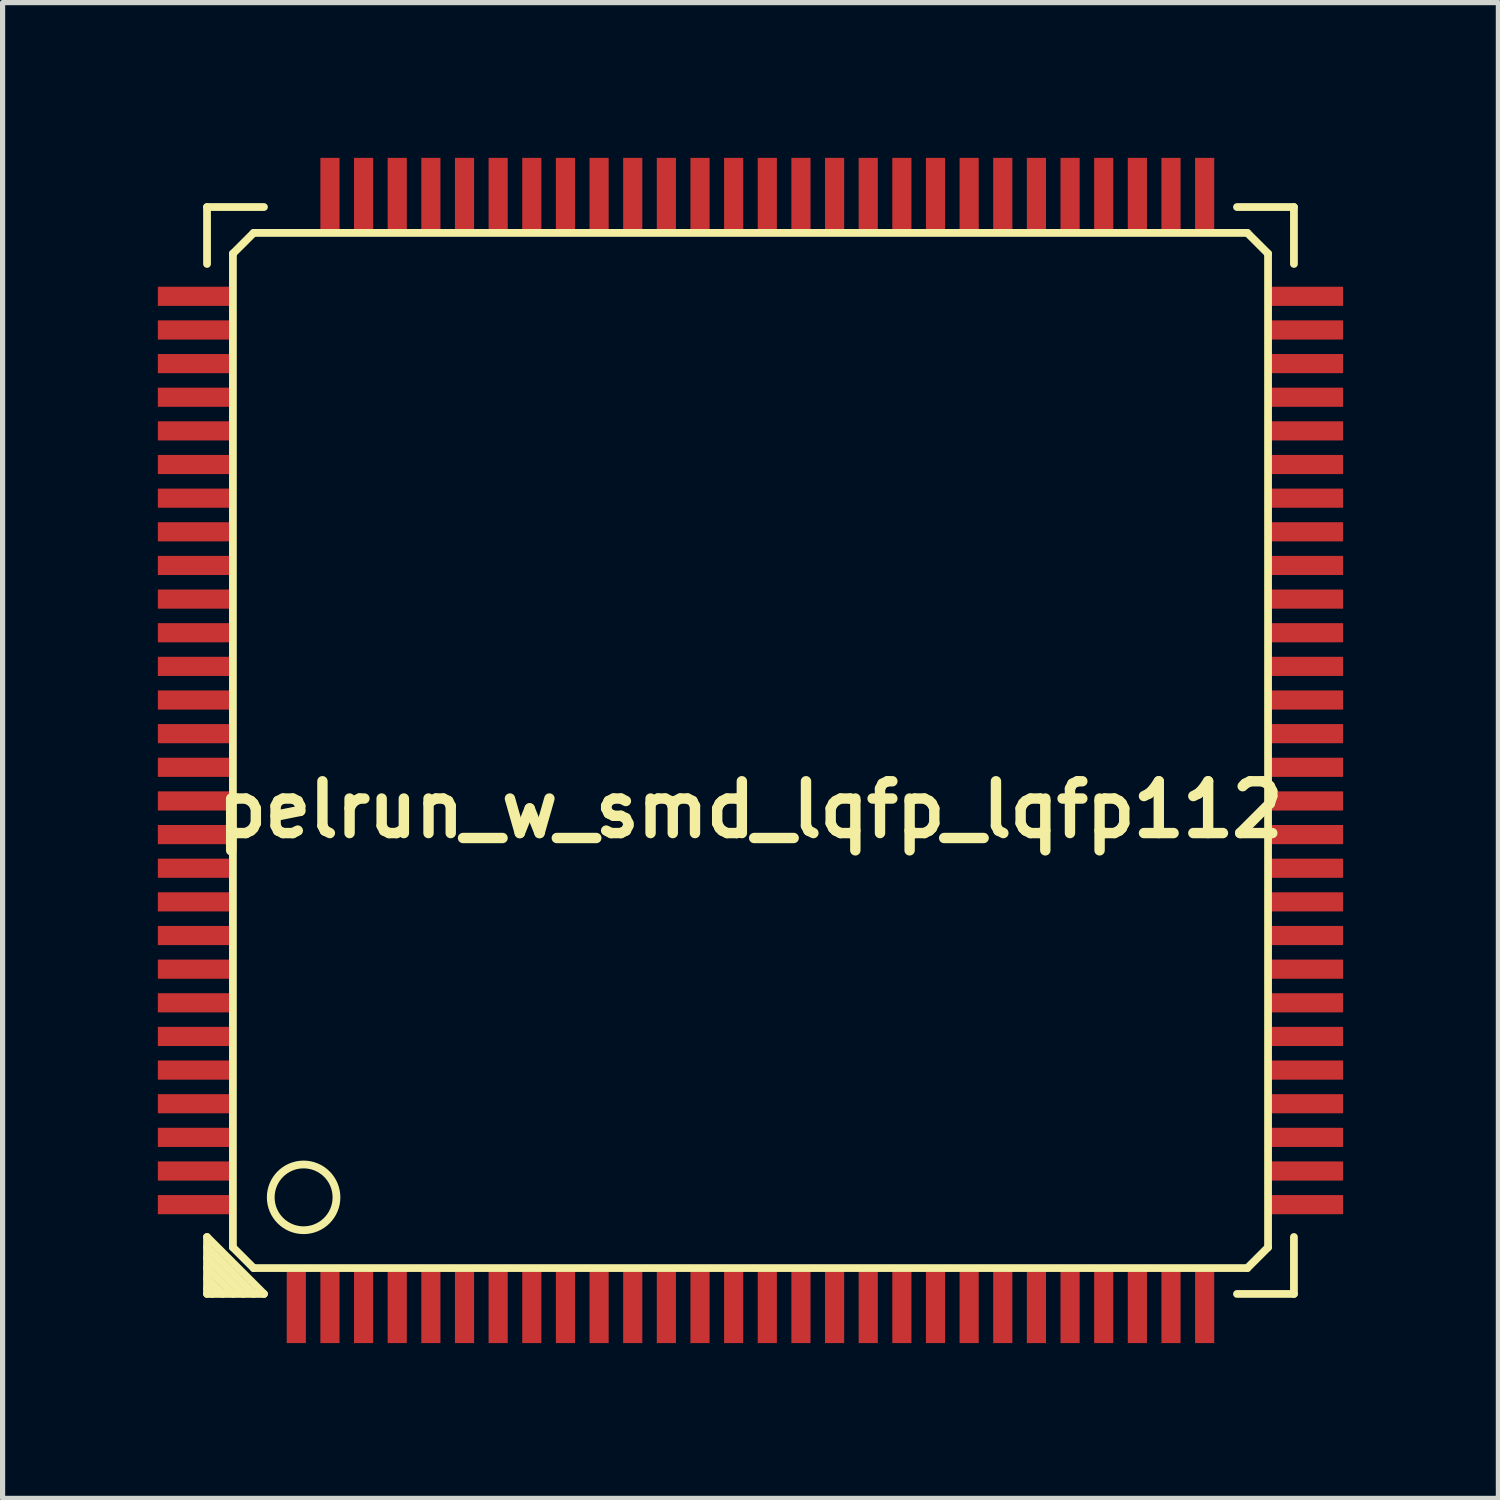
<source format=kicad_pcb>
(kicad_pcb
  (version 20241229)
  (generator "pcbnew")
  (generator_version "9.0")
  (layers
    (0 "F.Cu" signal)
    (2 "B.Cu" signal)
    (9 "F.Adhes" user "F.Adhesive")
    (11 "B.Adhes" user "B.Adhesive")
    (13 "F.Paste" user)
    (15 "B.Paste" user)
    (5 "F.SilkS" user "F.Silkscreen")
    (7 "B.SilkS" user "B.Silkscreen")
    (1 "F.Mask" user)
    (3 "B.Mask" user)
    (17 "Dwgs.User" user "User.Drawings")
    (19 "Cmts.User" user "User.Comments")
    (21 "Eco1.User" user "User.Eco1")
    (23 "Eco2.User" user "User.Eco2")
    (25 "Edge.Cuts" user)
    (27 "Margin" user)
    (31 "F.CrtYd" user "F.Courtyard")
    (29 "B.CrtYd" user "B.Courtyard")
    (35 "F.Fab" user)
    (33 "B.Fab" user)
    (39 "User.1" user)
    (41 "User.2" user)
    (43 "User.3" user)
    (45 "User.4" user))
  (footprint "pelrun_w_smd_lqfp_lqfp112"
    (layer "F.Cu")
    (at 11.45 11.45)
    (property "Reference" "pelrun_w_smd_lqfp_lqfp112" (at 0 1.143 0) (layer "F.SilkS") (effects (font (size 1.001 1.001) (thickness 0.201))))
    (attr through_hole)
    (fp_line (start -10.5 -10.5) (end -9.4 -10.5) (stroke (width 0.15) (type solid)) (layer "F.SilkS"))
    (fp_line (start -10.5 -9.4) (end -10.5 -10.5) (stroke (width 0.15) (type solid)) (layer "F.SilkS"))
    (fp_line (start -10.5 9.4) (end -10.5 10.5) (stroke (width 0.15) (type solid)) (layer "F.SilkS"))
    (fp_line (start -10.5 9.601) (end -9.601 10.5) (stroke (width 0.15) (type solid)) (layer "F.SilkS"))
    (fp_line (start -10.5 9.999) (end -9.999 10.5) (stroke (width 0.15) (type solid)) (layer "F.SilkS"))
    (fp_line (start -10.5 10.401) (end -10.401 10.5) (stroke (width 0.15) (type solid)) (layer "F.SilkS"))
    (fp_line (start -10.5 10.5) (end -9.4 10.5) (stroke (width 0.15) (type solid)) (layer "F.SilkS"))
    (fp_line (start -10.2 10.5) (end -10.5 10.2) (stroke (width 0.15) (type solid)) (layer "F.SilkS"))
    (fp_line (start -10 -9.6) (end -10 9.6) (stroke (width 0.15) (type solid)) (layer "F.SilkS"))
    (fp_line (start -10 9.6) (end -9.6 10) (stroke (width 0.15) (type solid)) (layer "F.SilkS"))
    (fp_line (start -9.801 10.5) (end -10.5 9.801) (stroke (width 0.15) (type solid)) (layer "F.SilkS"))
    (fp_line (start -9.6 -10) (end -10 -9.6) (stroke (width 0.15) (type solid)) (layer "F.SilkS"))
    (fp_line (start -9.6 10) (end 9.6 10) (stroke (width 0.15) (type solid)) (layer "F.SilkS"))
    (fp_line (start -9.4 10.5) (end -10.5 9.4) (stroke (width 0.15) (type solid)) (layer "F.SilkS"))
    (fp_line (start 9.4 10.5) (end 10.5 10.5) (stroke (width 0.15) (type solid)) (layer "F.SilkS"))
    (fp_line (start 9.6 -10) (end -9.6 -10) (stroke (width 0.15) (type solid)) (layer "F.SilkS"))
    (fp_line (start 9.6 10) (end 10 9.6) (stroke (width 0.15) (type solid)) (layer "F.SilkS"))
    (fp_line (start 10 -9.6) (end 9.6 -10) (stroke (width 0.15) (type solid)) (layer "F.SilkS"))
    (fp_line (start 10 9.6) (end 10 -9.6) (stroke (width 0.15) (type solid)) (layer "F.SilkS"))
    (fp_line (start 10.5 -10.5) (end 9.4 -10.5) (stroke (width 0.15) (type solid)) (layer "F.SilkS"))
    (fp_line (start 10.5 -10.5) (end 10.5 -9.4) (stroke (width 0.15) (type solid)) (layer "F.SilkS"))
    (fp_line (start 10.5 10.5) (end 10.5 9.4) (stroke (width 0.15) (type solid)) (layer "F.SilkS"))
    (fp_circle (center -8.634 8.634) (end -9.015 9.142) (stroke (width 0.15) (type solid)) (fill no) (layer "F.SilkS"))
    (pad "1" smd rect (at -8.775 10.7) (size 0.37 1.5) (layers "F.Cu" "F.Mask" "F.Paste"))
    (pad "2" smd rect (at -8.125 10.7) (size 0.37 1.5) (layers "F.Cu" "F.Mask" "F.Paste"))
    (pad "3" smd rect (at -7.475 10.7) (size 0.37 1.5) (layers "F.Cu" "F.Mask" "F.Paste"))
    (pad "4" smd rect (at -6.825 10.7) (size 0.37 1.5) (layers "F.Cu" "F.Mask" "F.Paste"))
    (pad "5" smd rect (at -6.175 10.7) (size 0.37 1.5) (layers "F.Cu" "F.Mask" "F.Paste"))
    (pad "6" smd rect (at -5.525 10.7) (size 0.37 1.5) (layers "F.Cu" "F.Mask" "F.Paste"))
    (pad "7" smd rect (at -4.875 10.7) (size 0.37 1.5) (layers "F.Cu" "F.Mask" "F.Paste"))
    (pad "8" smd rect (at -4.225 10.7) (size 0.37 1.5) (layers "F.Cu" "F.Mask" "F.Paste"))
    (pad "9" smd rect (at -3.575 10.7) (size 0.37 1.5) (layers "F.Cu" "F.Mask" "F.Paste"))
    (pad "10" smd rect (at -2.925 10.7) (size 0.37 1.5) (layers "F.Cu" "F.Mask" "F.Paste"))
    (pad "11" smd rect (at -2.275 10.7) (size 0.37 1.5) (layers "F.Cu" "F.Mask" "F.Paste"))
    (pad "12" smd rect (at -1.625 10.7) (size 0.37 1.5) (layers "F.Cu" "F.Mask" "F.Paste"))
    (pad "13" smd rect (at -0.975 10.7) (size 0.37 1.5) (layers "F.Cu" "F.Mask" "F.Paste"))
    (pad "14" smd rect (at -0.325 10.7) (size 0.37 1.5) (layers "F.Cu" "F.Mask" "F.Paste"))
    (pad "15" smd rect (at 0.325 10.7) (size 0.37 1.5) (layers "F.Cu" "F.Mask" "F.Paste"))
    (pad "16" smd rect (at 0.975 10.7) (size 0.37 1.5) (layers "F.Cu" "F.Mask" "F.Paste"))
    (pad "17" smd rect (at 1.625 10.7) (size 0.37 1.5) (layers "F.Cu" "F.Mask" "F.Paste"))
    (pad "18" smd rect (at 2.275 10.7) (size 0.37 1.5) (layers "F.Cu" "F.Mask" "F.Paste"))
    (pad "19" smd rect (at 2.925 10.7) (size 0.37 1.5) (layers "F.Cu" "F.Mask" "F.Paste"))
    (pad "20" smd rect (at 3.575 10.7) (size 0.37 1.5) (layers "F.Cu" "F.Mask" "F.Paste"))
    (pad "21" smd rect (at 4.225 10.7) (size 0.37 1.5) (layers "F.Cu" "F.Mask" "F.Paste"))
    (pad "22" smd rect (at 4.875 10.7) (size 0.37 1.5) (layers "F.Cu" "F.Mask" "F.Paste"))
    (pad "23" smd rect (at 5.525 10.7) (size 0.37 1.5) (layers "F.Cu" "F.Mask" "F.Paste"))
    (pad "24" smd rect (at 6.175 10.7) (size 0.37 1.5) (layers "F.Cu" "F.Mask" "F.Paste"))
    (pad "25" smd rect (at 6.825 10.7) (size 0.37 1.5) (layers "F.Cu" "F.Mask" "F.Paste"))
    (pad "26" smd rect (at 7.475 10.7) (size 0.37 1.5) (layers "F.Cu" "F.Mask" "F.Paste"))
    (pad "27" smd rect (at 8.125 10.7) (size 0.37 1.5) (layers "F.Cu" "F.Mask" "F.Paste"))
    (pad "28" smd rect (at 8.775 10.7) (size 0.37 1.5) (layers "F.Cu" "F.Mask" "F.Paste"))
    (pad "29" smd rect (at 10.7 8.775) (size 1.5 0.37) (layers "F.Cu" "F.Mask" "F.Paste"))
    (pad "30" smd rect (at 10.7 8.125) (size 1.5 0.37) (layers "F.Cu" "F.Mask" "F.Paste"))
    (pad "31" smd rect (at 10.7 7.475) (size 1.5 0.37) (layers "F.Cu" "F.Mask" "F.Paste"))
    (pad "32" smd rect (at 10.7 6.825) (size 1.5 0.37) (layers "F.Cu" "F.Mask" "F.Paste"))
    (pad "33" smd rect (at 10.7 6.175) (size 1.5 0.37) (layers "F.Cu" "F.Mask" "F.Paste"))
    (pad "34" smd rect (at 10.7 5.525) (size 1.5 0.37) (layers "F.Cu" "F.Mask" "F.Paste"))
    (pad "35" smd rect (at 10.7 4.875) (size 1.5 0.37) (layers "F.Cu" "F.Mask" "F.Paste"))
    (pad "36" smd rect (at 10.7 4.225) (size 1.5 0.37) (layers "F.Cu" "F.Mask" "F.Paste"))
    (pad "37" smd rect (at 10.7 3.575) (size 1.5 0.37) (layers "F.Cu" "F.Mask" "F.Paste"))
    (pad "38" smd rect (at 10.7 2.925) (size 1.5 0.37) (layers "F.Cu" "F.Mask" "F.Paste"))
    (pad "39" smd rect (at 10.7 2.275) (size 1.5 0.37) (layers "F.Cu" "F.Mask" "F.Paste"))
    (pad "40" smd rect (at 10.7 1.625) (size 1.5 0.37) (layers "F.Cu" "F.Mask" "F.Paste"))
    (pad "41" smd rect (at 10.7 0.975) (size 1.5 0.37) (layers "F.Cu" "F.Mask" "F.Paste"))
    (pad "42" smd rect (at 10.7 0.325) (size 1.5 0.37) (layers "F.Cu" "F.Mask" "F.Paste"))
    (pad "43" smd rect (at 10.7 -0.325) (size 1.5 0.37) (layers "F.Cu" "F.Mask" "F.Paste"))
    (pad "44" smd rect (at 10.7 -0.975) (size 1.5 0.37) (layers "F.Cu" "F.Mask" "F.Paste"))
    (pad "45" smd rect (at 10.7 -1.625) (size 1.5 0.37) (layers "F.Cu" "F.Mask" "F.Paste"))
    (pad "46" smd rect (at 10.7 -2.275) (size 1.5 0.37) (layers "F.Cu" "F.Mask" "F.Paste"))
    (pad "47" smd rect (at 10.7 -2.925) (size 1.5 0.37) (layers "F.Cu" "F.Mask" "F.Paste"))
    (pad "48" smd rect (at 10.7 -3.575) (size 1.5 0.37) (layers "F.Cu" "F.Mask" "F.Paste"))
    (pad "49" smd rect (at 10.7 -4.225) (size 1.5 0.37) (layers "F.Cu" "F.Mask" "F.Paste"))
    (pad "50" smd rect (at 10.7 -4.875) (size 1.5 0.37) (layers "F.Cu" "F.Mask" "F.Paste"))
    (pad "51" smd rect (at 10.7 -5.525) (size 1.5 0.37) (layers "F.Cu" "F.Mask" "F.Paste"))
    (pad "52" smd rect (at 10.7 -6.175) (size 1.5 0.37) (layers "F.Cu" "F.Mask" "F.Paste"))
    (pad "53" smd rect (at 10.7 -6.825) (size 1.5 0.37) (layers "F.Cu" "F.Mask" "F.Paste"))
    (pad "54" smd rect (at 10.7 -7.475) (size 1.5 0.37) (layers "F.Cu" "F.Mask" "F.Paste"))
    (pad "55" smd rect (at 10.7 -8.125) (size 1.5 0.37) (layers "F.Cu" "F.Mask" "F.Paste"))
    (pad "56" smd rect (at 10.7 -8.775) (size 1.5 0.37) (layers "F.Cu" "F.Mask" "F.Paste"))
    (pad "57" smd rect (at 8.775 -10.7) (size 0.37 1.5) (layers "F.Cu" "F.Mask" "F.Paste"))
    (pad "58" smd rect (at 8.125 -10.7) (size 0.37 1.5) (layers "F.Cu" "F.Mask" "F.Paste"))
    (pad "59" smd rect (at 7.475 -10.7) (size 0.37 1.5) (layers "F.Cu" "F.Mask" "F.Paste"))
    (pad "60" smd rect (at 6.825 -10.7) (size 0.37 1.5) (layers "F.Cu" "F.Mask" "F.Paste"))
    (pad "61" smd rect (at 6.175 -10.7) (size 0.37 1.5) (layers "F.Cu" "F.Mask" "F.Paste"))
    (pad "62" smd rect (at 5.525 -10.7) (size 0.37 1.5) (layers "F.Cu" "F.Mask" "F.Paste"))
    (pad "63" smd rect (at 4.875 -10.7) (size 0.37 1.5) (layers "F.Cu" "F.Mask" "F.Paste"))
    (pad "64" smd rect (at 4.225 -10.7) (size 0.37 1.5) (layers "F.Cu" "F.Mask" "F.Paste"))
    (pad "65" smd rect (at 3.575 -10.7) (size 0.37 1.5) (layers "F.Cu" "F.Mask" "F.Paste"))
    (pad "66" smd rect (at 2.925 -10.7) (size 0.37 1.5) (layers "F.Cu" "F.Mask" "F.Paste"))
    (pad "67" smd rect (at 2.275 -10.7) (size 0.37 1.5) (layers "F.Cu" "F.Mask" "F.Paste"))
    (pad "68" smd rect (at 1.625 -10.7) (size 0.37 1.5) (layers "F.Cu" "F.Mask" "F.Paste"))
    (pad "69" smd rect (at 0.975 -10.7) (size 0.37 1.5) (layers "F.Cu" "F.Mask" "F.Paste"))
    (pad "70" smd rect (at 0.325 -10.7) (size 0.37 1.5) (layers "F.Cu" "F.Mask" "F.Paste"))
    (pad "71" smd rect (at -0.325 -10.7) (size 0.37 1.5) (layers "F.Cu" "F.Mask" "F.Paste"))
    (pad "72" smd rect (at -0.975 -10.7) (size 0.37 1.5) (layers "F.Cu" "F.Mask" "F.Paste"))
    (pad "73" smd rect (at -1.625 -10.7) (size 0.37 1.5) (layers "F.Cu" "F.Mask" "F.Paste"))
    (pad "74" smd rect (at -2.275 -10.7) (size 0.37 1.5) (layers "F.Cu" "F.Mask" "F.Paste"))
    (pad "75" smd rect (at -2.925 -10.7) (size 0.37 1.5) (layers "F.Cu" "F.Mask" "F.Paste"))
    (pad "76" smd rect (at -3.575 -10.7) (size 0.37 1.5) (layers "F.Cu" "F.Mask" "F.Paste"))
    (pad "77" smd rect (at -4.225 -10.7) (size 0.37 1.5) (layers "F.Cu" "F.Mask" "F.Paste"))
    (pad "78" smd rect (at -4.875 -10.7) (size 0.37 1.5) (layers "F.Cu" "F.Mask" "F.Paste"))
    (pad "79" smd rect (at -5.525 -10.7) (size 0.37 1.5) (layers "F.Cu" "F.Mask" "F.Paste"))
    (pad "80" smd rect (at -6.175 -10.7) (size 0.37 1.5) (layers "F.Cu" "F.Mask" "F.Paste"))
    (pad "81" smd rect (at -6.825 -10.7) (size 0.37 1.5) (layers "F.Cu" "F.Mask" "F.Paste"))
    (pad "82" smd rect (at -7.475 -10.7) (size 0.37 1.5) (layers "F.Cu" "F.Mask" "F.Paste"))
    (pad "83" smd rect (at -8.125 -10.7) (size 0.37 1.5) (layers "F.Cu" "F.Mask" "F.Paste"))
    (pad "85" smd rect (at -10.7 -8.775) (size 1.5 0.37) (layers "F.Cu" "F.Mask" "F.Paste"))
    (pad "86" smd rect (at -10.7 -8.125) (size 1.5 0.37) (layers "F.Cu" "F.Mask" "F.Paste"))
    (pad "87" smd rect (at -10.7 -7.475) (size 1.5 0.37) (layers "F.Cu" "F.Mask" "F.Paste"))
    (pad "88" smd rect (at -10.7 -6.825) (size 1.5 0.37) (layers "F.Cu" "F.Mask" "F.Paste"))
    (pad "89" smd rect (at -10.7 -6.175) (size 1.5 0.37) (layers "F.Cu" "F.Mask" "F.Paste"))
    (pad "90" smd rect (at -10.7 -5.525) (size 1.5 0.37) (layers "F.Cu" "F.Mask" "F.Paste"))
    (pad "91" smd rect (at -10.7 -4.875) (size 1.5 0.37) (layers "F.Cu" "F.Mask" "F.Paste"))
    (pad "92" smd rect (at -10.7 -4.225) (size 1.5 0.37) (layers "F.Cu" "F.Mask" "F.Paste"))
    (pad "93" smd rect (at -10.7 -3.575) (size 1.5 0.37) (layers "F.Cu" "F.Mask" "F.Paste"))
    (pad "94" smd rect (at -10.7 -2.925) (size 1.5 0.37) (layers "F.Cu" "F.Mask" "F.Paste"))
    (pad "95" smd rect (at -10.7 -2.275) (size 1.5 0.37) (layers "F.Cu" "F.Mask" "F.Paste"))
    (pad "96" smd rect (at -10.7 -1.625) (size 1.5 0.37) (layers "F.Cu" "F.Mask" "F.Paste"))
    (pad "97" smd rect (at -10.7 -0.975) (size 1.5 0.37) (layers "F.Cu" "F.Mask" "F.Paste"))
    (pad "98" smd rect (at -10.7 -0.325) (size 1.5 0.37) (layers "F.Cu" "F.Mask" "F.Paste"))
    (pad "99" smd rect (at -10.7 0.325) (size 1.5 0.37) (layers "F.Cu" "F.Mask" "F.Paste"))
    (pad "100" smd rect (at -10.7 0.975) (size 1.5 0.37) (layers "F.Cu" "F.Mask" "F.Paste"))
    (pad "101" smd rect (at -10.7 1.625) (size 1.5 0.37) (layers "F.Cu" "F.Mask" "F.Paste"))
    (pad "102" smd rect (at -10.7 2.275) (size 1.5 0.37) (layers "F.Cu" "F.Mask" "F.Paste"))
    (pad "103" smd rect (at -10.7 2.925) (size 1.5 0.37) (layers "F.Cu" "F.Mask" "F.Paste"))
    (pad "104" smd rect (at -10.7 3.575) (size 1.5 0.37) (layers "F.Cu" "F.Mask" "F.Paste"))
    (pad "105" smd rect (at -10.7 4.225) (size 1.5 0.37) (layers "F.Cu" "F.Mask" "F.Paste"))
    (pad "106" smd rect (at -10.7 4.875) (size 1.5 0.37) (layers "F.Cu" "F.Mask" "F.Paste"))
    (pad "107" smd rect (at -10.7 5.525) (size 1.5 0.37) (layers "F.Cu" "F.Mask" "F.Paste"))
    (pad "108" smd rect (at -10.7 6.175) (size 1.5 0.37) (layers "F.Cu" "F.Mask" "F.Paste"))
    (pad "109" smd rect (at -10.7 6.825) (size 1.5 0.37) (layers "F.Cu" "F.Mask" "F.Paste"))
    (pad "110" smd rect (at -10.7 7.475) (size 1.5 0.37) (layers "F.Cu" "F.Mask" "F.Paste"))
    (pad "111" smd rect (at -10.7 8.125) (size 1.5 0.37) (layers "F.Cu" "F.Mask" "F.Paste"))
    (pad "112" smd rect (at -10.7 8.775) (size 1.5 0.37) (layers "F.Cu" "F.Mask" "F.Paste")))
  (gr_rect
    (start -3 -3)
    (end 25.9 25.9)
    (stroke (width 0.1) (type default))
    (fill no)
    (layer "Edge.Cuts")))
</source>
